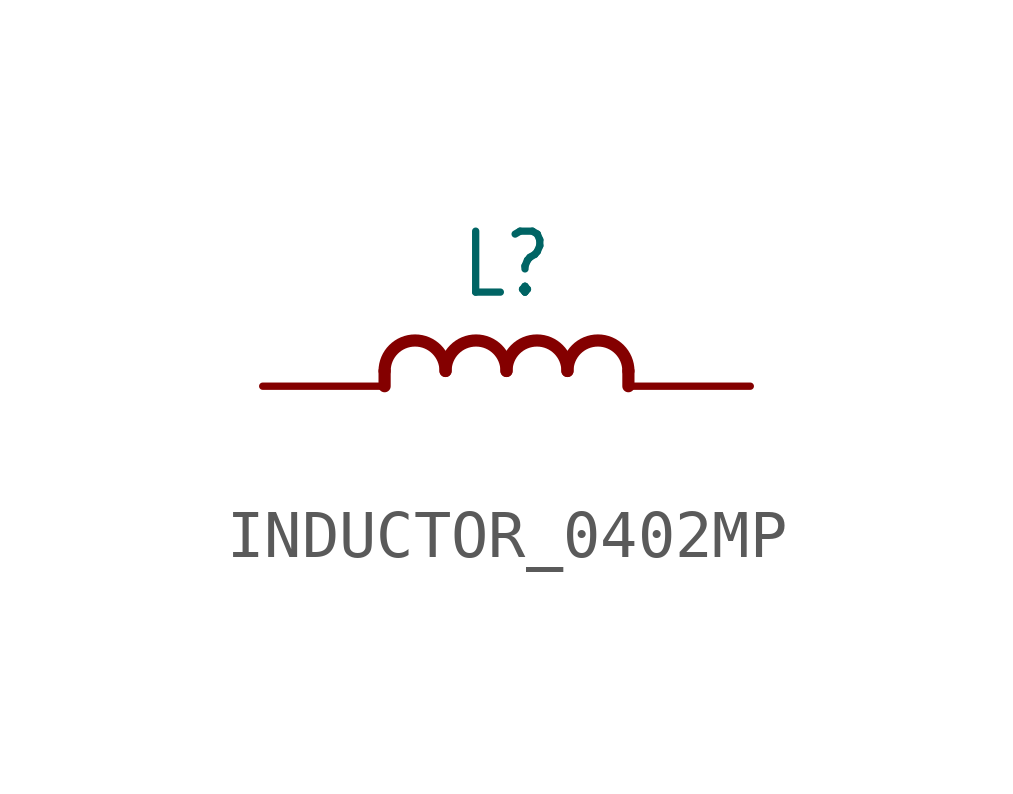
<source format=kicad_sym>
(kicad_symbol_lib
  (version 20241209)
  (generator "kicad_symbol_editor")
  (generator_version "9.0")
  (symbol "INDUCTOR_0402MP"
    (property "Reference" "L"
      (at 0 2.54 0)
      (effects (font (size 1.27 1.079))))
    (property "Value" ""
      (at 0 -1.54 0)
      (effects (font (size 1.27 1.079))))
    (property "ki_locked" ""
      (at 0 0 0)
      (effects (font (size 1.27 1.27))))
    (symbol "INDUCTOR_0402MP_1_0"
      (polyline (pts (xy -2.54 0.318) (xy -2.54 0)) (stroke (width 0.254) (type solid)) (fill (type none)))
      (arc (start -2.54 0.3175) (mid -1.905 0.9525) (end -1.27 0.3175) (stroke (width 0.254) (type solid)) (fill (type none)))
      (arc (start -1.27 0.3175) (mid -0.635 0.9525) (end 0 0.3175) (stroke (width 0.254) (type solid)) (fill (type none)))
      (arc (start 0 0.3175) (mid 0.635 0.9525) (end 1.27 0.3175) (stroke (width 0.254) (type solid)) (fill (type none)))
      (arc (start 1.27 0.3175) (mid 1.905 0.9525) (end 2.54 0.3175) (stroke (width 0.254) (type solid)) (fill (type none)))
      (polyline (pts (xy 2.54 0.318) (xy 2.54 0)) (stroke (width 0.254) (type solid)) (fill (type none)))
      (pin passive line (at -5.08 0 0) (length 2.54) (name "1" (effects (font (size 0 0)))) (number "1" (effects (font (size 0 0)))))
      (pin passive line (at 5.08 0 180) (length 2.54) (name "2" (effects (font (size 0 0)))) (number "2" (effects (font (size 0 0))))))))
</source>
